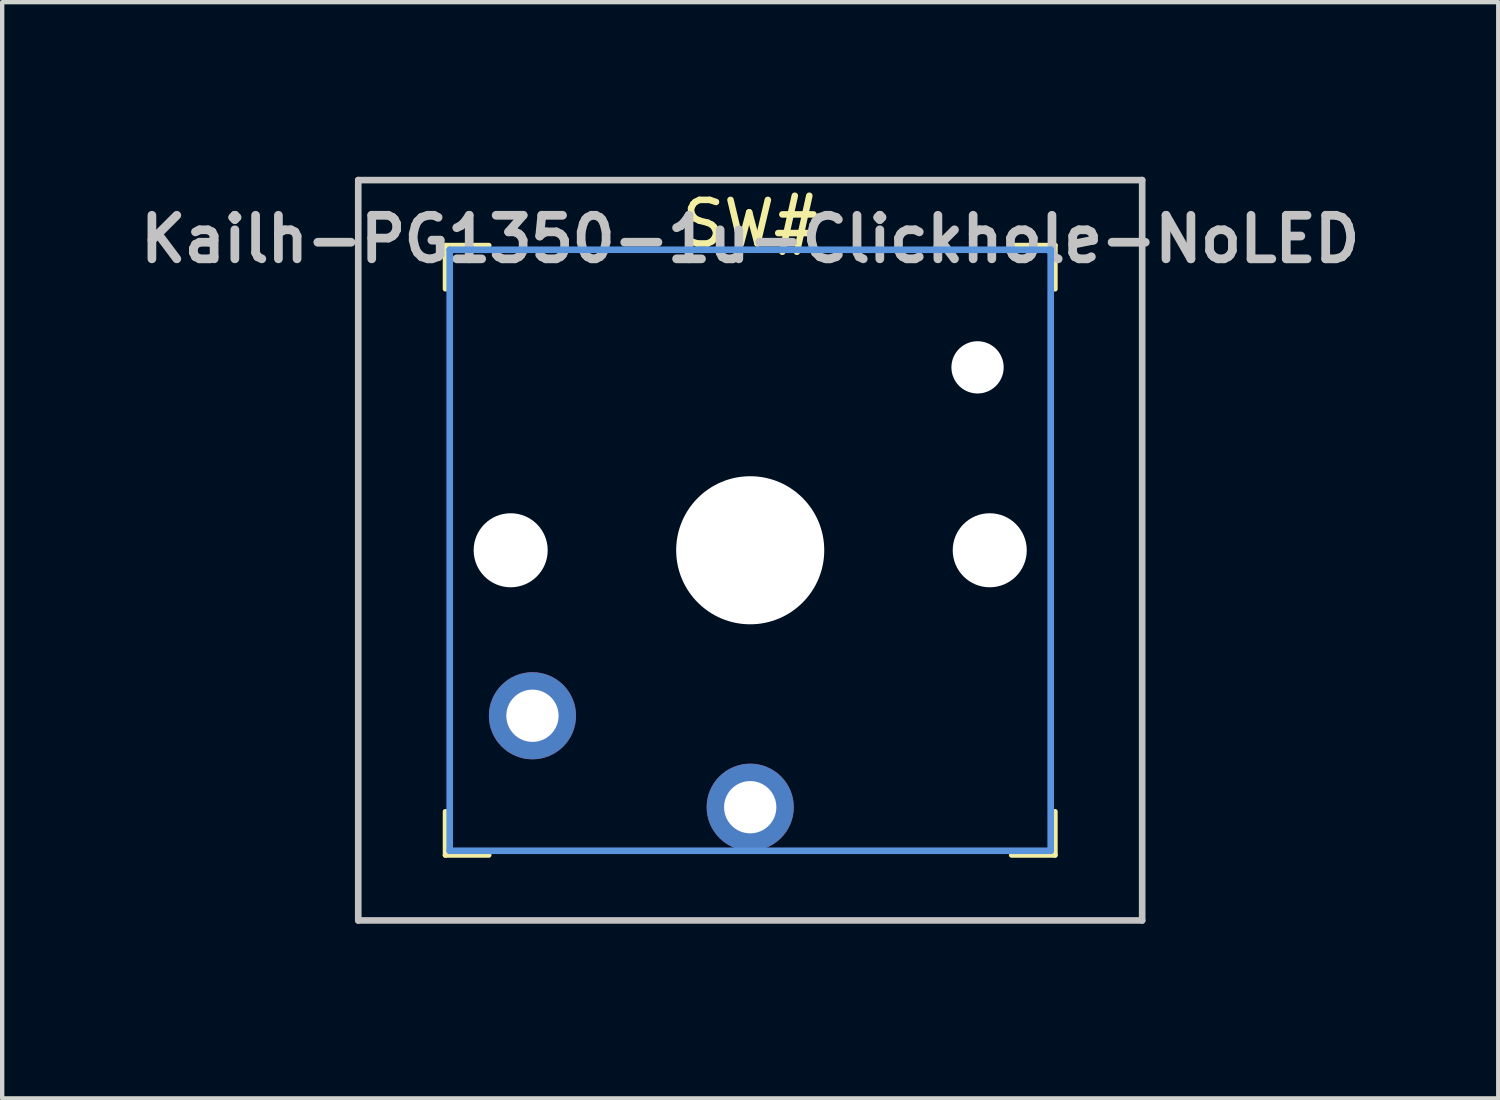
<source format=kicad_pcb>
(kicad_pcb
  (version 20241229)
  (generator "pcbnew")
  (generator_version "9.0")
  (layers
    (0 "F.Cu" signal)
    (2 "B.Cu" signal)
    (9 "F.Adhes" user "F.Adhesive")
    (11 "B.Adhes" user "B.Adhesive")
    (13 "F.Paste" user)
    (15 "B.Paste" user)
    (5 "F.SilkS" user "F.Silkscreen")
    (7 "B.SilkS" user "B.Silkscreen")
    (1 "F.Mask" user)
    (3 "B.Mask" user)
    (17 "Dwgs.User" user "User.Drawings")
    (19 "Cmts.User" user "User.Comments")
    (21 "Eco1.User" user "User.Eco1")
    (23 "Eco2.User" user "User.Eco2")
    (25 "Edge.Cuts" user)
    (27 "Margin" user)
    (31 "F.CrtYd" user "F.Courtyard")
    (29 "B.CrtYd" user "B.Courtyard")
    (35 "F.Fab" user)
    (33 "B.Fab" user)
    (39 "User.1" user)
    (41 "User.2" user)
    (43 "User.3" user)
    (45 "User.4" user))
  (footprint "Kailh-PG1350-1u-Clickhole-NoLED"
    (layer "F.Cu")
    (at 14.176 9.585)
    (property "Reference" "Kailh-PG1350-1u-Clickhole-NoLED" (at 0 -7.144 180) (layer "Dwgs.User") (effects (font (size 1 1) (thickness 0.2))))
    (attr through_hole)
    (fp_line (start -7 -7) (end -6 -7) (stroke (width 0.12) (type solid)) (layer "F.SilkS"))
    (fp_line (start -7 -6) (end -7 -7) (stroke (width 0.12) (type solid)) (layer "F.SilkS"))
    (fp_line (start -7 7) (end -7 6) (stroke (width 0.12) (type solid)) (layer "F.SilkS"))
    (fp_line (start -6 7) (end -7 7) (stroke (width 0.12) (type solid)) (layer "F.SilkS"))
    (fp_line (start 7 -7) (end 6 -7) (stroke (width 0.12) (type solid)) (layer "F.SilkS"))
    (fp_line (start 7 -6) (end 7 -7) (stroke (width 0.12) (type solid)) (layer "F.SilkS"))
    (fp_line (start 7 6) (end 7 7) (stroke (width 0.12) (type solid)) (layer "F.SilkS"))
    (fp_line (start 7 7) (end 6 7) (stroke (width 0.12) (type solid)) (layer "F.SilkS"))
    (fp_line (start -9 -8.5) (end 9 -8.5) (stroke (width 0.152) (type solid)) (layer "Dwgs.User"))
    (fp_line (start -9 8.5) (end -9 -8.5) (stroke (width 0.152) (type solid)) (layer "Dwgs.User"))
    (fp_line (start 9 -8.5) (end 9 8.5) (stroke (width 0.152) (type solid)) (layer "Dwgs.User"))
    (fp_line (start 9 8.5) (end -9 8.5) (stroke (width 0.152) (type solid)) (layer "Dwgs.User"))
    (fp_line (start -6.9 -6.9) (end 6.9 -6.9) (stroke (width 0.152) (type solid)) (layer "Cmts.User"))
    (fp_line (start -6.9 6.9) (end -6.9 -6.9) (stroke (width 0.152) (type solid)) (layer "Cmts.User"))
    (fp_line (start 6.9 -6.9) (end 6.9 6.9) (stroke (width 0.152) (type solid)) (layer "Cmts.User"))
    (fp_line (start 6.9 6.9) (end -6.9 6.9) (stroke (width 0.152) (type solid)) (layer "Cmts.User"))
    (fp_line (start -9.525 -9.525) (end -9.525 9.525) (stroke (width 0.12) (type solid)) (layer "Eco1.User"))
    (fp_line (start -9.525 -9.525) (end 9.525 -9.525) (stroke (width 0.12) (type solid)) (layer "Eco1.User"))
    (fp_line (start -9.525 9.525) (end 9.525 9.525) (stroke (width 0.12) (type solid)) (layer "Eco1.User"))
    (fp_line (start 9.525 -9.525) (end 9.525 9.525) (stroke (width 0.12) (type solid)) (layer "Eco1.User"))
    (fp_line (start -7.5 -7.5) (end 7.5 -7.5) (stroke (width 0.152) (type solid)) (layer "Eco2.User"))
    (fp_line (start -7.5 7.5) (end -7.5 -7.5) (stroke (width 0.152) (type solid)) (layer "Eco2.User"))
    (fp_line (start 7.5 -7.5) (end 7.5 7.5) (stroke (width 0.152) (type solid)) (layer "Eco2.User"))
    (fp_line (start 7.5 7.5) (end -7.5 7.5) (stroke (width 0.152) (type solid)) (layer "Eco2.User"))
    (fp_text user "SW#" (at 0 -7.5 0) (layer "F.SilkS") (effects (font (size 1 1) (thickness 0.15))))
    (pad "" np_thru_hole circle (at -5.5 0 180) (size 1.7 1.7) (drill 1.7) (layers "*.Cu" "*.Mask"))
    (pad "" np_thru_hole circle (at 0 0 180) (size 3.4 3.4) (drill 3.4) (layers "*.Cu" "*.Mask"))
    (pad "" np_thru_hole circle (at 5.22 -4.2 180) (size 1.2 1.2) (drill 1.2) (layers "*.Cu" "*.Mask"))
    (pad "" np_thru_hole circle (at 5.5 0 180) (size 1.7 1.7) (drill 1.7) (layers "*.Cu" "*.Mask"))
    (pad "1" thru_hole circle (at 0 5.9 180) (size 2 2) (drill 1.2) (layers "*.Cu" "*.Mask"))
    (pad "2" thru_hole circle (at -5 3.8 41.9) (size 2 2) (drill 1.2) (layers "*.Cu" "*.Mask")))
  (gr_rect
    (start -3 -3)
    (end 31.352 22.17)
    (stroke (width 0.1) (type default))
    (fill no)
    (layer "Edge.Cuts")))
</source>
